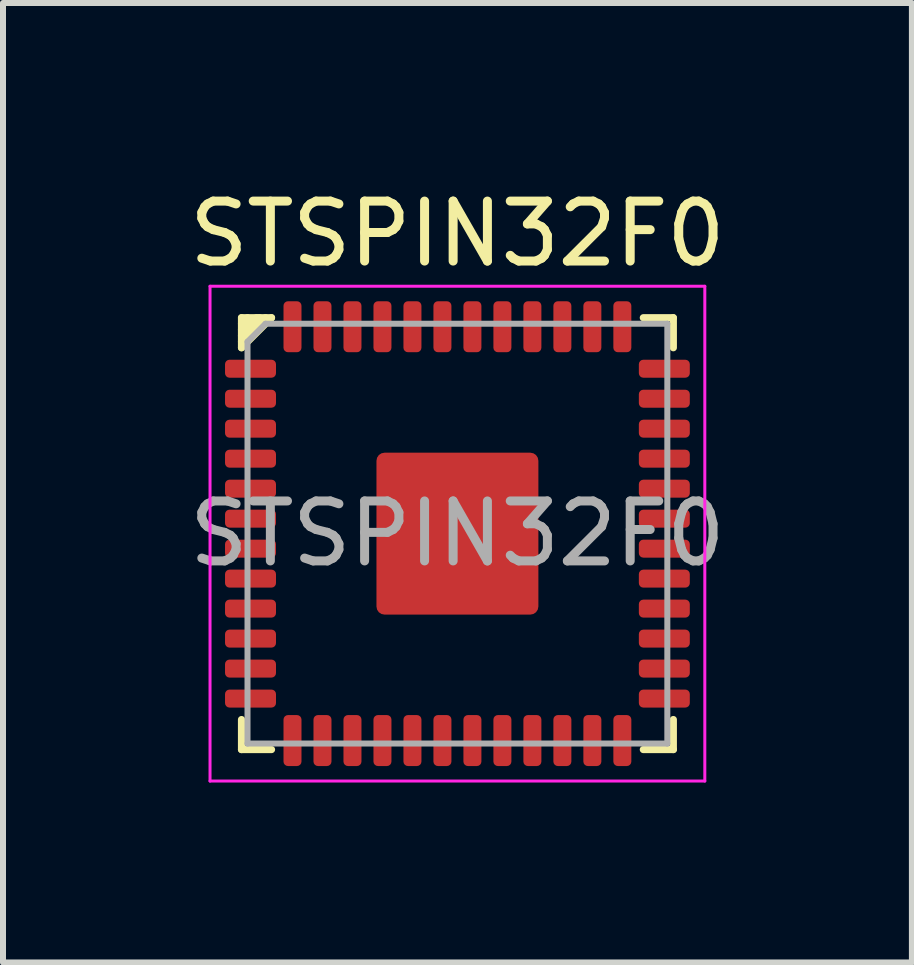
<source format=kicad_pcb>
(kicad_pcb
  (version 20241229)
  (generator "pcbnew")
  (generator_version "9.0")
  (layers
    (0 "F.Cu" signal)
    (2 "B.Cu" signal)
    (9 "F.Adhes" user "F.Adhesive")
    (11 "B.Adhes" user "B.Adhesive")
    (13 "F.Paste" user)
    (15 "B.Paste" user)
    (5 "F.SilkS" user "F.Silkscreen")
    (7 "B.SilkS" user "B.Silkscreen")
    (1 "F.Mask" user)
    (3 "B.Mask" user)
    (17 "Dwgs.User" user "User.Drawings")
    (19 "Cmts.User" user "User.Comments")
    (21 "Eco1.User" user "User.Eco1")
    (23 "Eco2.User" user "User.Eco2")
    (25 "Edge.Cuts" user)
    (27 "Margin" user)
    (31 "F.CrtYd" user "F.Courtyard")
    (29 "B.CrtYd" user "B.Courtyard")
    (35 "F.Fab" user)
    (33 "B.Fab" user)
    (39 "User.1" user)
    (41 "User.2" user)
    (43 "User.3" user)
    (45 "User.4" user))
  (footprint "STSPIN32F0"
    (layer "F.Cu")
    (at 4.577 5.848)
    (property "Reference" "STSPIN32F0" (at 0 -5 0) (layer "F.SilkS") (effects (font (size 1 1) (thickness 0.15))))
    (attr smd)
    (fp_line (start -3.6 -3.6) (end -3.1 -3.6) (stroke (width 0.12) (type solid)) (layer "F.SilkS"))
    (fp_line (start -3.6 -3.5) (end -3.5 -3.6) (stroke (width 0.12) (type solid)) (layer "F.SilkS"))
    (fp_line (start -3.6 -3.4) (end -3.35 -3.6) (stroke (width 0.12) (type solid)) (layer "F.SilkS"))
    (fp_line (start -3.6 -3.3) (end -3.3 -3.6) (stroke (width 0.12) (type solid)) (layer "F.SilkS"))
    (fp_line (start -3.6 -3.2) (end -3.2 -3.6) (stroke (width 0.12) (type solid)) (layer "F.SilkS"))
    (fp_line (start -3.6 -3.1) (end -3.6 -3.6) (stroke (width 0.12) (type solid)) (layer "F.SilkS"))
    (fp_line (start -3.6 3.6) (end -3.6 3.1) (stroke (width 0.12) (type solid)) (layer "F.SilkS"))
    (fp_line (start -3.1 -3.6) (end -3.6 -3.1) (stroke (width 0.12) (type solid)) (layer "F.SilkS"))
    (fp_line (start -3.1 3.6) (end -3.6 3.6) (stroke (width 0.12) (type solid)) (layer "F.SilkS"))
    (fp_line (start 3.1 -3.6) (end 3.6 -3.6) (stroke (width 0.12) (type solid)) (layer "F.SilkS"))
    (fp_line (start 3.6 -3.6) (end 3.6 -3.1) (stroke (width 0.12) (type solid)) (layer "F.SilkS"))
    (fp_line (start 3.6 3.1) (end 3.6 3.6) (stroke (width 0.12) (type solid)) (layer "F.SilkS"))
    (fp_line (start 3.6 3.6) (end 3.1 3.6) (stroke (width 0.12) (type solid)) (layer "F.SilkS"))
    (fp_line (start -4.125 -4.125) (end 4.125 -4.125) (stroke (width 0.05) (type solid)) (layer "F.CrtYd"))
    (fp_line (start -4.125 4.125) (end -4.125 -4.125) (stroke (width 0.05) (type solid)) (layer "F.CrtYd"))
    (fp_line (start 4.125 -4.125) (end 4.125 4.125) (stroke (width 0.05) (type solid)) (layer "F.CrtYd"))
    (fp_line (start 4.125 4.125) (end -4.125 4.125) (stroke (width 0.05) (type solid)) (layer "F.CrtYd"))
    (fp_line (start -3.5 -3.2) (end -3.2 -3.5) (stroke (width 0.1) (type solid)) (layer "F.Fab"))
    (fp_line (start -3.5 3.5) (end -3.5 -3.2) (stroke (width 0.1) (type solid)) (layer "F.Fab"))
    (fp_line (start -3.2 -3.5) (end 3.5 -3.5) (stroke (width 0.1) (type solid)) (layer "F.Fab"))
    (fp_line (start 3.5 -3.5) (end 3.5 3.5) (stroke (width 0.1) (type solid)) (layer "F.Fab"))
    (fp_line (start 3.5 3.5) (end -3.5 3.5) (stroke (width 0.1) (type solid)) (layer "F.Fab"))
    (fp_text user "${REFERENCE}" (at 0 0 0) (layer "F.Fab") (effects (font (size 1 1) (thickness 0.15))))
    (pad "1" smd roundrect (at -3.45 -2.75 90) (size 0.3 0.85) (layers "F.Cu" "F.Mask" "F.Paste") (roundrect_rratio 0.25))
    (pad "2" smd roundrect (at -3.45 -2.25 90) (size 0.3 0.85) (layers "F.Cu" "F.Mask" "F.Paste") (roundrect_rratio 0.25))
    (pad "3" smd roundrect (at -3.45 -1.75 90) (size 0.3 0.85) (layers "F.Cu" "F.Mask" "F.Paste") (roundrect_rratio 0.25))
    (pad "4" smd roundrect (at -3.45 -1.25 90) (size 0.3 0.85) (layers "F.Cu" "F.Mask" "F.Paste") (roundrect_rratio 0.25))
    (pad "5" smd roundrect (at -3.45 -0.75 90) (size 0.3 0.85) (layers "F.Cu" "F.Mask" "F.Paste") (roundrect_rratio 0.25))
    (pad "6" smd roundrect (at -3.45 -0.25 90) (size 0.3 0.85) (layers "F.Cu" "F.Mask" "F.Paste") (roundrect_rratio 0.25))
    (pad "7" smd roundrect (at -3.45 0.25 90) (size 0.3 0.85) (layers "F.Cu" "F.Mask" "F.Paste") (roundrect_rratio 0.25))
    (pad "8" smd roundrect (at -3.45 0.75 90) (size 0.3 0.85) (layers "F.Cu" "F.Mask" "F.Paste") (roundrect_rratio 0.25))
    (pad "9" smd roundrect (at -3.45 1.25 90) (size 0.3 0.85) (layers "F.Cu" "F.Mask" "F.Paste") (roundrect_rratio 0.25))
    (pad "10" smd roundrect (at -3.45 1.75 90) (size 0.3 0.85) (layers "F.Cu" "F.Mask" "F.Paste") (roundrect_rratio 0.25))
    (pad "11" smd roundrect (at -3.45 2.25 90) (size 0.3 0.85) (layers "F.Cu" "F.Mask" "F.Paste") (roundrect_rratio 0.25))
    (pad "12" smd roundrect (at -3.45 2.75 90) (size 0.3 0.85) (layers "F.Cu" "F.Mask" "F.Paste") (roundrect_rratio 0.25))
    (pad "13" smd roundrect (at -2.75 3.45) (size 0.3 0.85) (layers "F.Cu" "F.Mask" "F.Paste") (roundrect_rratio 0.25))
    (pad "14" smd roundrect (at -2.25 3.45) (size 0.3 0.85) (layers "F.Cu" "F.Mask" "F.Paste") (roundrect_rratio 0.25))
    (pad "15" smd roundrect (at -1.75 3.45) (size 0.3 0.85) (layers "F.Cu" "F.Mask" "F.Paste") (roundrect_rratio 0.25))
    (pad "16" smd roundrect (at -1.25 3.45) (size 0.3 0.85) (layers "F.Cu" "F.Mask" "F.Paste") (roundrect_rratio 0.25))
    (pad "17" smd roundrect (at -0.75 3.45) (size 0.3 0.85) (layers "F.Cu" "F.Mask" "F.Paste") (roundrect_rratio 0.25))
    (pad "18" smd roundrect (at -0.25 3.45) (size 0.3 0.85) (layers "F.Cu" "F.Mask" "F.Paste") (roundrect_rratio 0.25))
    (pad "19" smd roundrect (at 0.25 3.45) (size 0.3 0.85) (layers "F.Cu" "F.Mask" "F.Paste") (roundrect_rratio 0.25))
    (pad "20" smd roundrect (at 0.75 3.45) (size 0.3 0.85) (layers "F.Cu" "F.Mask" "F.Paste") (roundrect_rratio 0.25))
    (pad "21" smd roundrect (at 1.25 3.45) (size 0.3 0.85) (layers "F.Cu" "F.Mask" "F.Paste") (roundrect_rratio 0.25))
    (pad "22" smd roundrect (at 1.75 3.45) (size 0.3 0.85) (layers "F.Cu" "F.Mask" "F.Paste") (roundrect_rratio 0.25))
    (pad "23" smd roundrect (at 2.25 3.45) (size 0.3 0.85) (layers "F.Cu" "F.Mask" "F.Paste") (roundrect_rratio 0.25))
    (pad "24" smd roundrect (at 2.75 3.45) (size 0.3 0.85) (layers "F.Cu" "F.Mask" "F.Paste") (roundrect_rratio 0.25))
    (pad "25" smd roundrect (at 3.45 2.75 90) (size 0.3 0.85) (layers "F.Cu" "F.Mask" "F.Paste") (roundrect_rratio 0.25))
    (pad "26" smd roundrect (at 3.45 2.25 90) (size 0.3 0.85) (layers "F.Cu" "F.Mask" "F.Paste") (roundrect_rratio 0.25))
    (pad "27" smd roundrect (at 3.45 1.75 90) (size 0.3 0.85) (layers "F.Cu" "F.Mask" "F.Paste") (roundrect_rratio 0.25))
    (pad "28" smd roundrect (at 3.45 1.25 90) (size 0.3 0.85) (layers "F.Cu" "F.Mask" "F.Paste") (roundrect_rratio 0.25))
    (pad "29" smd roundrect (at 3.45 0.75 90) (size 0.3 0.85) (layers "F.Cu" "F.Mask" "F.Paste") (roundrect_rratio 0.25))
    (pad "30" smd roundrect (at 3.45 0.25 90) (size 0.3 0.85) (layers "F.Cu" "F.Mask" "F.Paste") (roundrect_rratio 0.25))
    (pad "31" smd roundrect (at 3.45 -0.25 90) (size 0.3 0.85) (layers "F.Cu" "F.Mask" "F.Paste") (roundrect_rratio 0.25))
    (pad "32" smd roundrect (at 3.45 -0.75 90) (size 0.3 0.85) (layers "F.Cu" "F.Mask" "F.Paste") (roundrect_rratio 0.25))
    (pad "33" smd roundrect (at 3.45 -1.25 90) (size 0.3 0.85) (layers "F.Cu" "F.Mask" "F.Paste") (roundrect_rratio 0.25))
    (pad "34" smd roundrect (at 3.45 -1.75 90) (size 0.3 0.85) (layers "F.Cu" "F.Mask" "F.Paste") (roundrect_rratio 0.25))
    (pad "35" smd roundrect (at 3.45 -2.25 90) (size 0.3 0.85) (layers "F.Cu" "F.Mask" "F.Paste") (roundrect_rratio 0.25))
    (pad "36" smd roundrect (at 3.45 -2.75 90) (size 0.3 0.85) (layers "F.Cu" "F.Mask" "F.Paste") (roundrect_rratio 0.25))
    (pad "37" smd roundrect (at 2.75 -3.45) (size 0.3 0.85) (layers "F.Cu" "F.Mask" "F.Paste") (roundrect_rratio 0.25))
    (pad "38" smd roundrect (at 2.25 -3.45) (size 0.3 0.85) (layers "F.Cu" "F.Mask" "F.Paste") (roundrect_rratio 0.25))
    (pad "39" smd roundrect (at 1.75 -3.45) (size 0.3 0.85) (layers "F.Cu" "F.Mask" "F.Paste") (roundrect_rratio 0.25))
    (pad "40" smd roundrect (at 1.25 -3.45) (size 0.3 0.85) (layers "F.Cu" "F.Mask" "F.Paste") (roundrect_rratio 0.25))
    (pad "41" smd roundrect (at 0.75 -3.45) (size 0.3 0.85) (layers "F.Cu" "F.Mask" "F.Paste") (roundrect_rratio 0.25))
    (pad "42" smd roundrect (at 0.25 -3.45) (size 0.3 0.85) (layers "F.Cu" "F.Mask" "F.Paste") (roundrect_rratio 0.25))
    (pad "43" smd roundrect (at -0.25 -3.45) (size 0.3 0.85) (layers "F.Cu" "F.Mask" "F.Paste") (roundrect_rratio 0.25))
    (pad "44" smd roundrect (at -0.75 -3.45) (size 0.3 0.85) (layers "F.Cu" "F.Mask" "F.Paste") (roundrect_rratio 0.25))
    (pad "45" smd roundrect (at -1.25 -3.45) (size 0.3 0.85) (layers "F.Cu" "F.Mask" "F.Paste") (roundrect_rratio 0.25))
    (pad "46" smd roundrect (at -1.75 -3.45) (size 0.3 0.85) (layers "F.Cu" "F.Mask" "F.Paste") (roundrect_rratio 0.25))
    (pad "47" smd roundrect (at -2.25 -3.45) (size 0.3 0.85) (layers "F.Cu" "F.Mask" "F.Paste") (roundrect_rratio 0.25))
    (pad "48" smd roundrect (at -2.75 -3.45) (size 0.3 0.85) (layers "F.Cu" "F.Mask" "F.Paste") (roundrect_rratio 0.25))
    (pad "49" smd roundrect (at 0 0) (size 2.7 2.7) (layers "F.Cu" "F.Mask" "F.Paste") (roundrect_rratio 0.05)))
  (gr_rect
    (start -3 -3)
    (end 12.155 12.998)
    (stroke (width 0.1) (type default))
    (fill no)
    (layer "Edge.Cuts")))
</source>
